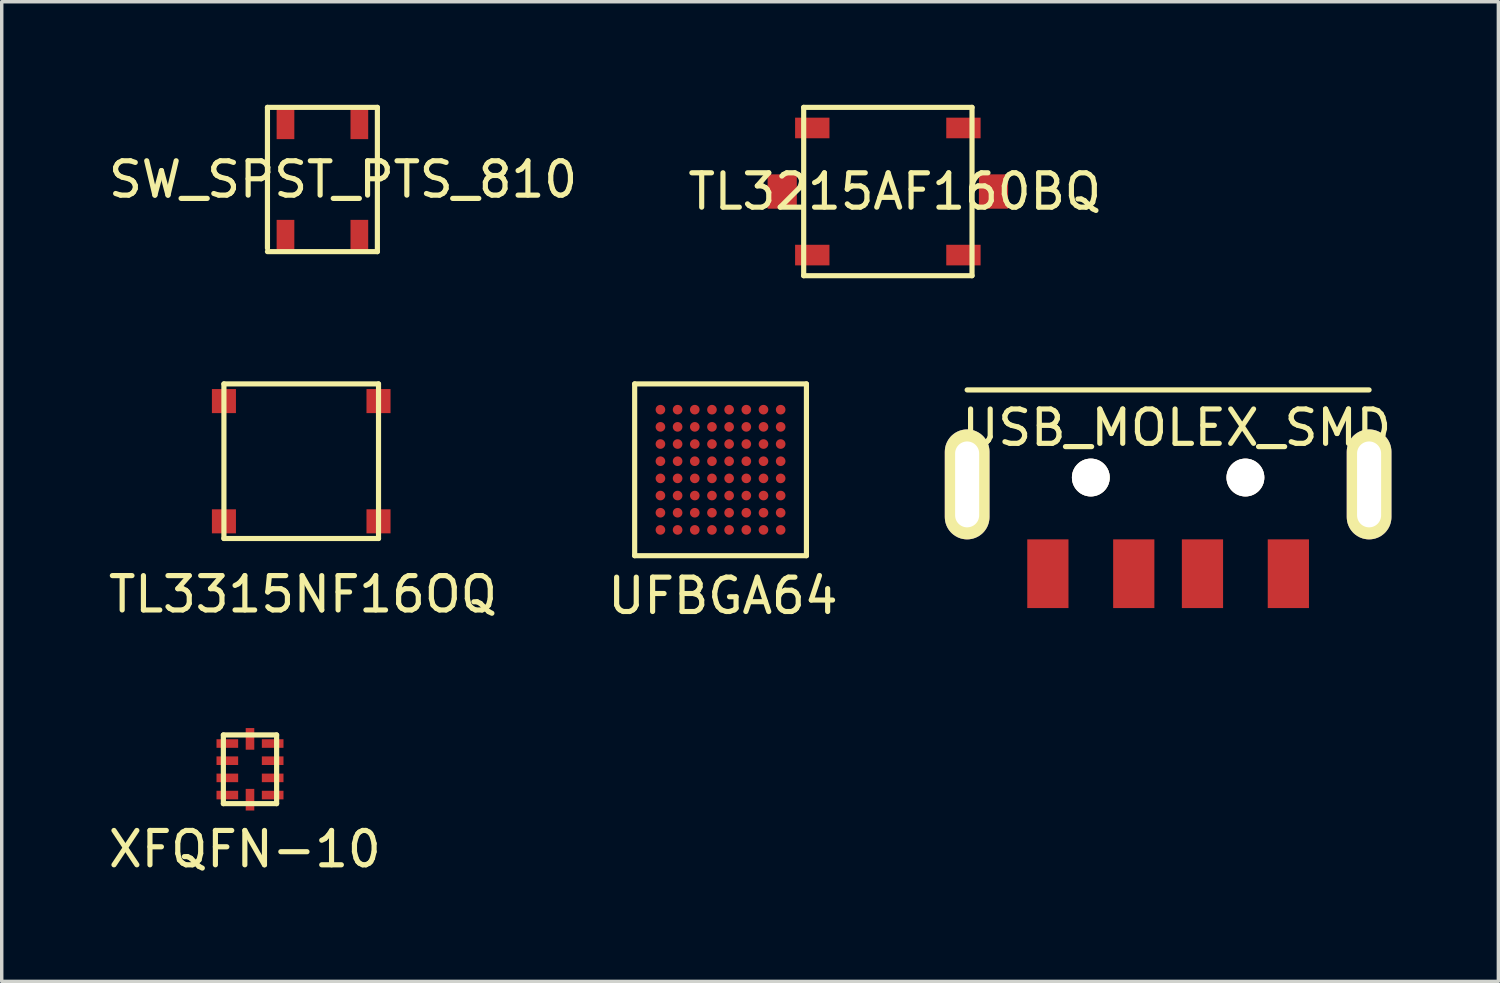
<source format=kicad_pcb>
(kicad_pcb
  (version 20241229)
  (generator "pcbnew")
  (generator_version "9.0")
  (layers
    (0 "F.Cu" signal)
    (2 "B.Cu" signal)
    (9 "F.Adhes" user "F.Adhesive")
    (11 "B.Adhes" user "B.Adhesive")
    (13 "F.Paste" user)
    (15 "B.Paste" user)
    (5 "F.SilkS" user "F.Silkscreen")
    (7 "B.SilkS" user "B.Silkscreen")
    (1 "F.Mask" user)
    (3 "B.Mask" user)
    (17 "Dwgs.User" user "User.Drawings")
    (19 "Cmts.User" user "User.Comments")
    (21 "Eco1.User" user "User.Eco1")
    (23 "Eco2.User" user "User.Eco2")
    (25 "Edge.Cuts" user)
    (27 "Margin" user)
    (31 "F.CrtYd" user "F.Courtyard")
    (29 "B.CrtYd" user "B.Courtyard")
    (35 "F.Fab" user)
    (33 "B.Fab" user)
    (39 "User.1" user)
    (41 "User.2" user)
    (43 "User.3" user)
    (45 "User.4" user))
  (footprint "XFQFN-10"
    (layer "F.Cu")
    (at 4.227 19.343)
    (property "Reference" "XFQFN-10" (at -0.15 2.325 0) (layer "F.SilkS") (effects (font (size 1 1) (thickness 0.15))))
    (attr through_hole)
    (fp_line (start -0.775 -1) (end -0.775 1) (stroke (width 0.15) (type solid)) (layer "F.SilkS"))
    (fp_line (start -0.775 -1) (end 0.775 -1) (stroke (width 0.15) (type solid)) (layer "F.SilkS"))
    (fp_line (start -0.775 1) (end 0.775 1) (stroke (width 0.15) (type solid)) (layer "F.SilkS"))
    (fp_line (start 0.775 -1) (end 0.775 1) (stroke (width 0.15) (type solid)) (layer "F.SilkS"))
    (pad "1" smd rect (at -0.66 0.75) (size 0.63 0.25) (layers "F.Cu" "F.Mask" "F.Paste"))
    (pad "2" smd rect (at -0.66 0.25) (size 0.63 0.25) (layers "F.Cu" "F.Mask" "F.Paste"))
    (pad "3" smd rect (at -0.66 -0.25) (size 0.63 0.25) (layers "F.Cu" "F.Mask" "F.Paste"))
    (pad "4" smd rect (at -0.66 -0.75) (size 0.63 0.25) (layers "F.Cu" "F.Mask" "F.Paste"))
    (pad "5" smd rect (at 0 -0.885) (size 0.25 0.63) (layers "F.Cu" "F.Mask" "F.Paste"))
    (pad "6" smd rect (at 0.66 -0.75) (size 0.63 0.25) (layers "F.Cu" "F.Mask" "F.Paste"))
    (pad "7" smd rect (at 0.66 -0.25) (size 0.63 0.25) (layers "F.Cu" "F.Mask" "F.Paste"))
    (pad "8" smd rect (at 0.66 0.25) (size 0.63 0.25) (layers "F.Cu" "F.Mask" "F.Paste"))
    (pad "9" smd rect (at 0.66 0.75) (size 0.63 0.25) (layers "F.Cu" "F.Mask" "F.Paste"))
    (pad "10" smd rect (at 0 0.885) (size 0.25 0.63) (layers "F.Cu" "F.Mask" "F.Paste")))
  (footprint "TL3315NF16OQ"
    (layer "F.Cu")
    (at 5.718 10.375)
    (property "Reference" "TL3315NF16OQ" (at 0.05 3.875 0) (layer "F.SilkS") (effects (font (size 1 1) (thickness 0.15))))
    (attr through_hole)
    (fp_line (start -2.25 -2.25) (end -2.25 2.25) (stroke (width 0.15) (type solid)) (layer "F.SilkS"))
    (fp_line (start -2.25 -2.25) (end 2.25 -2.25) (stroke (width 0.15) (type solid)) (layer "F.SilkS"))
    (fp_line (start -2.25 2.25) (end 2.25 2.25) (stroke (width 0.15) (type solid)) (layer "F.SilkS"))
    (fp_line (start 2.25 -2.25) (end 2.25 2.25) (stroke (width 0.15) (type solid)) (layer "F.SilkS"))
    (pad "1" smd rect (at -2.25 -1.75) (size 0.7 0.7) (layers "F.Cu" "F.Mask" "F.Paste"))
    (pad "2" smd rect (at -2.25 1.75) (size 0.7 0.7) (layers "F.Cu" "F.Mask" "F.Paste"))
    (pad "3" smd rect (at 2.25 -1.75) (size 0.7 0.7) (layers "F.Cu" "F.Mask" "F.Paste"))
    (pad "4" smd rect (at 2.25 1.75) (size 0.7 0.7) (layers "F.Cu" "F.Mask" "F.Paste")))
  (footprint "USB_MOLEX_SMD"
    (layer "F.Cu")
    (at 30.952 8.3)
    (property "Reference" "USB_MOLEX_SMD" (at 0.25 1.1 0) (layer "F.SilkS") (effects (font (size 1 1) (thickness 0.15))))
    (attr through_hole)
    (fp_line (start -5.85 0) (end 5.85 0) (stroke (width 0.15) (type solid)) (layer "F.SilkS"))
    (pad "1" smd rect (at -3.5 5.35) (size 1.2 2) (layers "F.Cu" "F.Mask" "F.Paste"))
    (pad "2" smd rect (at -1 5.35) (size 1.2 2) (layers "F.Cu" "F.Mask" "F.Paste"))
    (pad "3" smd rect (at 1 5.35) (size 1.2 2) (layers "F.Cu" "F.Mask" "F.Paste"))
    (pad "4" smd rect (at 3.5 5.35) (size 1.2 2) (layers "F.Cu" "F.Mask" "F.Paste"))
    (pad "~" thru_hole oval (at -5.85 2.75) (size 1.3 3.2) (drill oval 0.7 2.5) (layers "*.Cu" "*.Mask" "F.SilkS"))
    (pad "~" thru_hole circle (at -2.25 2.55) (size 1.1 1.1) (drill 1.1) (layers "*.Cu" "*.Mask" "F.SilkS"))
    (pad "~" thru_hole circle (at 2.25 2.55) (size 1.1 1.1) (drill 1.1) (layers "*.Cu" "*.Mask" "F.SilkS"))
    (pad "~" thru_hole oval (at 5.85 2.75) (size 1.3 3.2) (drill oval 0.7 2.5) (layers "*.Cu" "*.Mask" "F.SilkS")))
  (footprint "SW_SPST_PTS_810"
    (layer "F.Cu")
    (at 6.335 2.275)
    (property "Reference" "SW_SPST_PTS_810" (at 0.6 -0.1 0) (layer "F.SilkS") (effects (font (size 1 1) (thickness 0.15))))
    (attr through_hole)
    (fp_line (start -1.6 -2.2) (end 1.6 -2.2) (stroke (width 0.15) (type solid)) (layer "F.SilkS"))
    (fp_line (start -1.6 1.9) (end -1.6 -2.2) (stroke (width 0.15) (type solid)) (layer "F.SilkS"))
    (fp_line (start 1.6 -2.2) (end 1.6 2) (stroke (width 0.15) (type solid)) (layer "F.SilkS"))
    (fp_line (start 1.6 2) (end -1.6 2) (stroke (width 0.15) (type solid)) (layer "F.SilkS"))
    (pad "1" smd rect (at 1.075 -1.75) (size 0.515 0.95) (layers "F.Cu" "F.Mask" "F.Paste"))
    (pad "1" smd rect (at 1.075 1.55) (size 0.515 0.95) (layers "F.Cu" "F.Mask" "F.Paste"))
    (pad "2" smd rect (at -1.075 -1.75) (size 0.515 0.95) (layers "F.Cu" "F.Mask" "F.Paste"))
    (pad "2" smd rect (at -1.075 1.55) (size 0.515 0.95) (layers "F.Cu" "F.Mask" "F.Paste")))
  (footprint "TL3215AF160BQ"
    (layer "F.Cu")
    (at 22.794 2.525)
    (property "Reference" "TL3215AF160BQ" (at 0.2 0 0) (layer "F.SilkS") (effects (font (size 1 1) (thickness 0.15))))
    (attr through_hole)
    (fp_line (start -2.45 -2.45) (end -2.45 2.45) (stroke (width 0.15) (type solid)) (layer "F.SilkS"))
    (fp_line (start -2.45 -2.45) (end 2.45 -2.45) (stroke (width 0.15) (type solid)) (layer "F.SilkS"))
    (fp_line (start -2.45 2.45) (end 2.45 2.45) (stroke (width 0.15) (type solid)) (layer "F.SilkS"))
    (fp_line (start 2.45 -2.45) (end 2.45 2.45) (stroke (width 0.15) (type solid)) (layer "F.SilkS"))
    (pad "1" smd rect (at -2.2 -1.85) (size 1 0.6) (layers "F.Cu" "F.Mask" "F.Paste"))
    (pad "2" smd rect (at 2.2 -1.85) (size 1 0.6) (layers "F.Cu" "F.Mask" "F.Paste"))
    (pad "3" smd rect (at -2.2 1.85) (size 1 0.6) (layers "F.Cu" "F.Mask" "F.Paste"))
    (pad "4" smd rect (at 2.2 1.85) (size 1 0.6) (layers "F.Cu" "F.Mask" "F.Paste"))
    (pad "5" smd rect (at -3.075 0) (size 0.85 1) (layers "F.Cu" "F.Mask" "F.Paste"))
    (pad "6" smd rect (at 3.075 0) (size 0.85 1) (layers "F.Cu" "F.Mask" "F.Paste")))
  (footprint "UFBGA64"
    (layer "F.Cu")
    (at 17.924 10.625)
    (property "Reference" "UFBGA64" (at 0.07 3.67 0) (layer "F.SilkS") (effects (font (size 1 1) (thickness 0.15))))
    (attr through_hole)
    (fp_line (start -2.5 -2.5) (end 2.5 -2.5) (stroke (width 0.15) (type solid)) (layer "F.SilkS"))
    (fp_line (start -2.5 2.5) (end -2.5 -2.5) (stroke (width 0.15) (type solid)) (layer "F.SilkS"))
    (fp_line (start 2.5 -2.5) (end 2.5 2.5) (stroke (width 0.15) (type solid)) (layer "F.SilkS"))
    (fp_line (start 2.5 2.5) (end -2.5 2.5) (stroke (width 0.15) (type solid)) (layer "F.SilkS"))
    (pad "A1" smd circle (at -1.75 -1.75 180) (size 0.28 0.28) (layers "F.Cu" "F.Mask" "F.Paste"))
    (pad "A2" smd circle (at -1.25 -1.75 180) (size 0.28 0.28) (layers "F.Cu" "F.Mask" "F.Paste"))
    (pad "A3" smd circle (at -0.75 -1.75 180) (size 0.28 0.28) (layers "F.Cu" "F.Mask" "F.Paste"))
    (pad "A4" smd circle (at -0.25 -1.75 180) (size 0.28 0.28) (layers "F.Cu" "F.Mask" "F.Paste"))
    (pad "A5" smd circle (at 0.25 -1.75 180) (size 0.28 0.28) (layers "F.Cu" "F.Mask" "F.Paste"))
    (pad "A6" smd circle (at 0.75 -1.75 180) (size 0.28 0.28) (layers "F.Cu" "F.Mask" "F.Paste"))
    (pad "A7" smd circle (at 1.25 -1.75 180) (size 0.28 0.28) (layers "F.Cu" "F.Mask" "F.Paste"))
    (pad "A8" smd circle (at 1.75 -1.75 180) (size 0.28 0.28) (layers "F.Cu" "F.Mask" "F.Paste"))
    (pad "B1" smd circle (at -1.75 -1.25 180) (size 0.28 0.28) (layers "F.Cu" "F.Mask" "F.Paste"))
    (pad "B2" smd circle (at -1.25 -1.25 180) (size 0.28 0.28) (layers "F.Cu" "F.Mask" "F.Paste"))
    (pad "B3" smd circle (at -0.75 -1.25 180) (size 0.28 0.28) (layers "F.Cu" "F.Mask" "F.Paste"))
    (pad "B4" smd circle (at -0.25 -1.25 180) (size 0.28 0.28) (layers "F.Cu" "F.Mask" "F.Paste"))
    (pad "B5" smd circle (at 0.25 -1.25 180) (size 0.28 0.28) (layers "F.Cu" "F.Mask" "F.Paste"))
    (pad "B6" smd circle (at 0.75 -1.25 180) (size 0.28 0.28) (layers "F.Cu" "F.Mask" "F.Paste"))
    (pad "B7" smd circle (at 1.25 -1.25 180) (size 0.28 0.28) (layers "F.Cu" "F.Mask" "F.Paste"))
    (pad "B8" smd circle (at 1.75 -1.25 180) (size 0.28 0.28) (layers "F.Cu" "F.Mask" "F.Paste"))
    (pad "C1" smd circle (at -1.75 -0.75 180) (size 0.28 0.28) (layers "F.Cu" "F.Mask" "F.Paste"))
    (pad "C2" smd circle (at -1.25 -0.75 180) (size 0.28 0.28) (layers "F.Cu" "F.Mask" "F.Paste"))
    (pad "C3" smd circle (at -0.75 -0.75 180) (size 0.28 0.28) (layers "F.Cu" "F.Mask" "F.Paste"))
    (pad "C4" smd circle (at -0.25 -0.75 180) (size 0.28 0.28) (layers "F.Cu" "F.Mask" "F.Paste"))
    (pad "C5" smd circle (at 0.25 -0.75 180) (size 0.28 0.28) (layers "F.Cu" "F.Mask" "F.Paste"))
    (pad "C6" smd circle (at 0.75 -0.75 180) (size 0.28 0.28) (layers "F.Cu" "F.Mask" "F.Paste"))
    (pad "C7" smd circle (at 1.25 -0.75 180) (size 0.28 0.28) (layers "F.Cu" "F.Mask" "F.Paste"))
    (pad "C8" smd circle (at 1.75 -0.75 180) (size 0.28 0.28) (layers "F.Cu" "F.Mask" "F.Paste"))
    (pad "D1" smd circle (at -1.75 -0.25 180) (size 0.28 0.28) (layers "F.Cu" "F.Mask" "F.Paste"))
    (pad "D2" smd circle (at -1.25 -0.25 180) (size 0.28 0.28) (layers "F.Cu" "F.Mask" "F.Paste"))
    (pad "D3" smd circle (at -0.75 -0.25 180) (size 0.28 0.28) (layers "F.Cu" "F.Mask" "F.Paste"))
    (pad "D4" smd circle (at -0.25 -0.25 180) (size 0.28 0.28) (layers "F.Cu" "F.Mask" "F.Paste"))
    (pad "D5" smd circle (at 0.25 -0.25 180) (size 0.28 0.28) (layers "F.Cu" "F.Mask" "F.Paste"))
    (pad "D6" smd circle (at 0.75 -0.25 180) (size 0.28 0.28) (layers "F.Cu" "F.Mask" "F.Paste"))
    (pad "D7" smd circle (at 1.25 -0.25 180) (size 0.28 0.28) (layers "F.Cu" "F.Mask" "F.Paste"))
    (pad "D8" smd circle (at 1.75 -0.25 180) (size 0.28 0.28) (layers "F.Cu" "F.Mask" "F.Paste"))
    (pad "E1" smd circle (at -1.75 0.25 180) (size 0.28 0.28) (layers "F.Cu" "F.Mask" "F.Paste"))
    (pad "E2" smd circle (at -1.25 0.25 180) (size 0.28 0.28) (layers "F.Cu" "F.Mask" "F.Paste"))
    (pad "E3" smd circle (at -0.75 0.25 180) (size 0.28 0.28) (layers "F.Cu" "F.Mask" "F.Paste"))
    (pad "E4" smd circle (at -0.25 0.25 180) (size 0.28 0.28) (layers "F.Cu" "F.Mask" "F.Paste"))
    (pad "E5" smd circle (at 0.25 0.25 180) (size 0.28 0.28) (layers "F.Cu" "F.Mask" "F.Paste"))
    (pad "E6" smd circle (at 0.75 0.25 180) (size 0.28 0.28) (layers "F.Cu" "F.Mask" "F.Paste"))
    (pad "E7" smd circle (at 1.25 0.25 180) (size 0.28 0.28) (layers "F.Cu" "F.Mask" "F.Paste"))
    (pad "E8" smd circle (at 1.75 0.25 180) (size 0.28 0.28) (layers "F.Cu" "F.Mask" "F.Paste"))
    (pad "F1" smd circle (at -1.75 0.75 180) (size 0.28 0.28) (layers "F.Cu" "F.Mask" "F.Paste"))
    (pad "F2" smd circle (at -1.25 0.75 180) (size 0.28 0.28) (layers "F.Cu" "F.Mask" "F.Paste"))
    (pad "F3" smd circle (at -0.75 0.75 180) (size 0.28 0.28) (layers "F.Cu" "F.Mask" "F.Paste"))
    (pad "F4" smd circle (at -0.25 0.75 180) (size 0.28 0.28) (layers "F.Cu" "F.Mask" "F.Paste"))
    (pad "F5" smd circle (at 0.25 0.75 180) (size 0.28 0.28) (layers "F.Cu" "F.Mask" "F.Paste"))
    (pad "F6" smd circle (at 0.75 0.75 180) (size 0.28 0.28) (layers "F.Cu" "F.Mask" "F.Paste"))
    (pad "F7" smd circle (at 1.25 0.75 180) (size 0.28 0.28) (layers "F.Cu" "F.Mask" "F.Paste"))
    (pad "F8" smd circle (at 1.75 0.75 180) (size 0.28 0.28) (layers "F.Cu" "F.Mask" "F.Paste"))
    (pad "G1" smd circle (at -1.75 1.25 180) (size 0.28 0.28) (layers "F.Cu" "F.Mask" "F.Paste"))
    (pad "G2" smd circle (at -1.25 1.25 180) (size 0.28 0.28) (layers "F.Cu" "F.Mask" "F.Paste"))
    (pad "G3" smd circle (at -0.75 1.25 180) (size 0.28 0.28) (layers "F.Cu" "F.Mask" "F.Paste"))
    (pad "G4" smd circle (at -0.25 1.25 180) (size 0.28 0.28) (layers "F.Cu" "F.Mask" "F.Paste"))
    (pad "G5" smd circle (at 0.25 1.25 180) (size 0.28 0.28) (layers "F.Cu" "F.Mask" "F.Paste"))
    (pad "G6" smd circle (at 0.75 1.25 180) (size 0.28 0.28) (layers "F.Cu" "F.Mask" "F.Paste"))
    (pad "G7" smd circle (at 1.25 1.25 180) (size 0.28 0.28) (layers "F.Cu" "F.Mask" "F.Paste"))
    (pad "G8" smd circle (at 1.75 1.25 180) (size 0.28 0.28) (layers "F.Cu" "F.Mask" "F.Paste"))
    (pad "H1" smd circle (at -1.75 1.75 180) (size 0.28 0.28) (layers "F.Cu" "F.Mask" "F.Paste"))
    (pad "H2" smd circle (at -1.25 1.75 180) (size 0.28 0.28) (layers "F.Cu" "F.Mask" "F.Paste"))
    (pad "H3" smd circle (at -0.75 1.75 180) (size 0.28 0.28) (layers "F.Cu" "F.Mask" "F.Paste"))
    (pad "H4" smd circle (at -0.25 1.75 180) (size 0.28 0.28) (layers "F.Cu" "F.Mask" "F.Paste"))
    (pad "H5" smd circle (at 0.25 1.75 180) (size 0.28 0.28) (layers "F.Cu" "F.Mask" "F.Paste"))
    (pad "H6" smd circle (at 0.75 1.75 180) (size 0.28 0.28) (layers "F.Cu" "F.Mask" "F.Paste"))
    (pad "H7" smd circle (at 1.25 1.75 180) (size 0.28 0.28) (layers "F.Cu" "F.Mask" "F.Paste"))
    (pad "H8" smd circle (at 1.75 1.75 180) (size 0.28 0.28) (layers "F.Cu" "F.Mask" "F.Paste")))
  (gr_rect
    (start -3 -3)
    (end 40.565 25.517)
    (stroke (width 0.1) (type default))
    (fill no)
    (layer "Edge.Cuts")))
</source>
